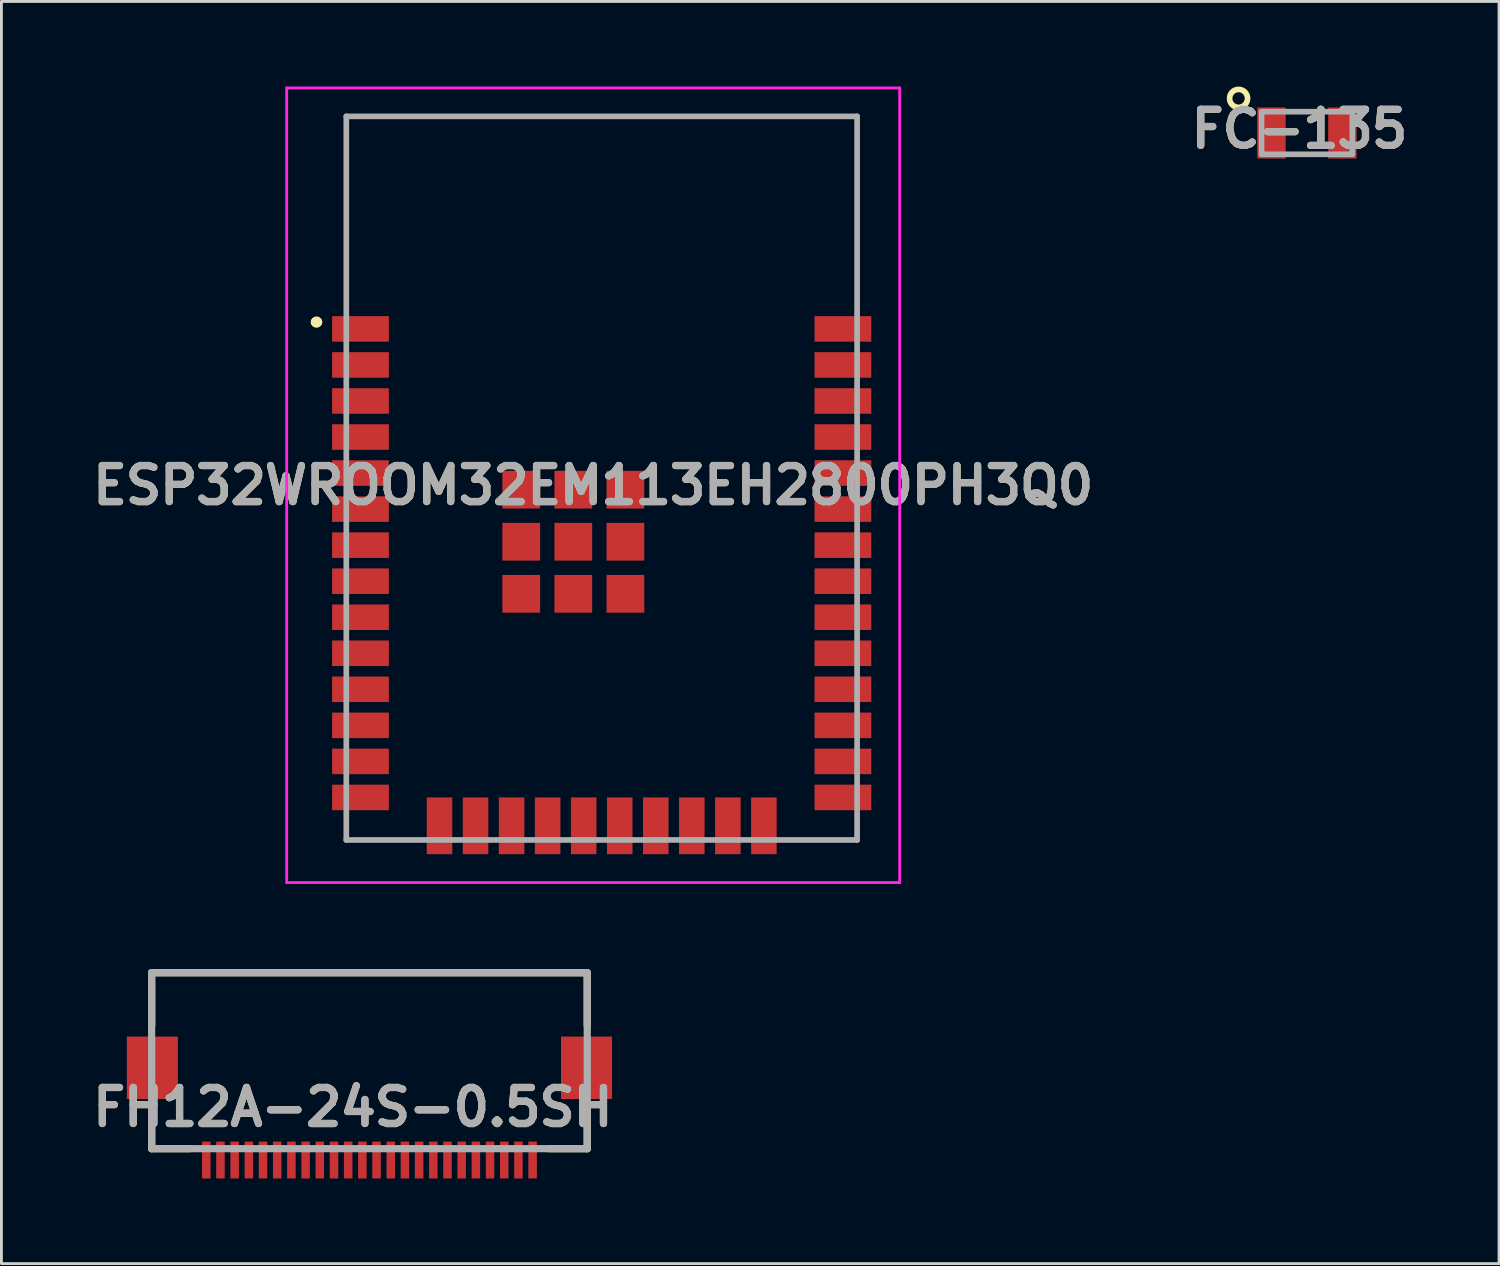
<source format=kicad_pcb>
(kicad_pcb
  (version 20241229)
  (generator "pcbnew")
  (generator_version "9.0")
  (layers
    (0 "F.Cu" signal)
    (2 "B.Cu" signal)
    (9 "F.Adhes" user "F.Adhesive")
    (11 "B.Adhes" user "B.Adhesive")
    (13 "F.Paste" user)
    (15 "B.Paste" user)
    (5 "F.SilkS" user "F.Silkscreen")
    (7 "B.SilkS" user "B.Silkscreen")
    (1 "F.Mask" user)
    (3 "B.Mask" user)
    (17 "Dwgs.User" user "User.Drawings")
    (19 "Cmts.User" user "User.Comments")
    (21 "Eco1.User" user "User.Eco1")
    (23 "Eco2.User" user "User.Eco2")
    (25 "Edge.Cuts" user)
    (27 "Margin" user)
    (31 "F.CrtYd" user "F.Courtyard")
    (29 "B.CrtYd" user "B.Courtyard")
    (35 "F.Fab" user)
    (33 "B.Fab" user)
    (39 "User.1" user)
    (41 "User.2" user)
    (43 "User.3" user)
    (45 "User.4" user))
  (footprint "FC-135"
    (layer "F.Cu")
    (at 43.004 1.637)
    (property "Reference" "FC-135" (at -0.265 -0.138 0) (layer "F.SilkS") (effects (font (size 1.27 1.27) (thickness 0.254))))
    (attr smd)
    (fp_circle (center -2.409 -1.22) (end -2.409 -0.903) (stroke (width 0.2) (type solid)) (fill no) (layer "F.SilkS"))
    (fp_line (start -1.6 -0.75) (end 1.6 -0.75) (stroke (width 0.2) (type solid)) (layer "F.Fab"))
    (fp_line (start -1.6 0.75) (end -1.6 -0.75) (stroke (width 0.2) (type solid)) (layer "F.Fab"))
    (fp_line (start 1.6 -0.75) (end 1.6 0.75) (stroke (width 0.2) (type solid)) (layer "F.Fab"))
    (fp_line (start 1.6 0.75) (end -1.6 0.75) (stroke (width 0.2) (type solid)) (layer "F.Fab"))
    (fp_text user "${REFERENCE}" (at -0.265 -0.138 0) (layer "F.Fab") (effects (font (size 1.27 1.27) (thickness 0.254))))
    (pad "1" smd rect (at -1.25 0) (size 1 1.8) (layers "F.Cu" "F.Mask" "F.Paste"))
    (pad "2" smd rect (at 1.25 0) (size 1 1.8) (layers "F.Cu" "F.Mask" "F.Paste")))
  (footprint "ESP32WROOM32EM113EH2800PH3Q0"
    (layer "F.Cu")
    (at 9.153 26.55)
    (property "Reference" "ESP32WROOM32EM113EH2800PH3Q0" (at 8.7 -12.5 0) (layer "F.SilkS") (effects (font (size 1.27 1.27) (thickness 0.254))))
    (attr smd)
    (fp_line (start -1.1 -18.25) (end -1.1 -18.25) (stroke (width 0.3) (type solid)) (layer "F.SilkS"))
    (fp_line (start -1 -18.25) (end -1 -18.25) (stroke (width 0.3) (type solid)) (layer "F.SilkS"))
    (fp_line (start 0 -25.5) (end 18 -25.5) (stroke (width 0.1) (type solid)) (layer "F.SilkS"))
    (fp_line (start 0 -18.75) (end 0 -25.5) (stroke (width 0.1) (type solid)) (layer "F.SilkS"))
    (fp_line (start 0 -0.75) (end 0 0) (stroke (width 0.1) (type solid)) (layer "F.SilkS"))
    (fp_line (start 0 0) (end 2.5 0) (stroke (width 0.1) (type solid)) (layer "F.SilkS"))
    (fp_line (start 15.5 0) (end 18 0) (stroke (width 0.1) (type solid)) (layer "F.SilkS"))
    (fp_line (start 18 -25.5) (end 18 -18.75) (stroke (width 0.1) (type solid)) (layer "F.SilkS"))
    (fp_line (start 18 0) (end 18 -0.75) (stroke (width 0.1) (type solid)) (layer "F.SilkS"))
    (fp_arc (start -1.1 -18.25) (mid -1.05 -18.3) (end -1 -18.25) (stroke (width 0.3) (type solid)) (layer "F.SilkS"))
    (fp_arc (start -1 -18.25) (mid -1.05 -18.2) (end -1.1 -18.25) (stroke (width 0.3) (type solid)) (layer "F.SilkS"))
    (fp_line (start -2.1 -26.5) (end 19.5 -26.5) (stroke (width 0.1) (type solid)) (layer "F.CrtYd"))
    (fp_line (start -2.1 1.5) (end -2.1 -26.5) (stroke (width 0.1) (type solid)) (layer "F.CrtYd"))
    (fp_line (start 19.5 -26.5) (end 19.5 1.5) (stroke (width 0.1) (type solid)) (layer "F.CrtYd"))
    (fp_line (start 19.5 1.5) (end -2.1 1.5) (stroke (width 0.1) (type solid)) (layer "F.CrtYd"))
    (fp_line (start 0 -25.5) (end 18 -25.5) (stroke (width 0.2) (type solid)) (layer "F.Fab"))
    (fp_line (start 0 0) (end 0 -25.5) (stroke (width 0.2) (type solid)) (layer "F.Fab"))
    (fp_line (start 18 -25.5) (end 18 0) (stroke (width 0.2) (type solid)) (layer "F.Fab"))
    (fp_line (start 18 0) (end 0 0) (stroke (width 0.2) (type solid)) (layer "F.Fab"))
    (fp_text user "${REFERENCE}" (at 8.7 -12.5 0) (layer "F.Fab") (effects (font (size 1.27 1.27) (thickness 0.254))))
    (pad "1" smd rect (at 0.5 -18.01 90) (size 0.9 2) (layers "F.Cu" "F.Mask" "F.Paste"))
    (pad "2" smd rect (at 0.5 -16.74 90) (size 0.9 2) (layers "F.Cu" "F.Mask" "F.Paste"))
    (pad "3" smd rect (at 0.5 -15.47 90) (size 0.9 2) (layers "F.Cu" "F.Mask" "F.Paste"))
    (pad "4" smd rect (at 0.5 -14.2 90) (size 0.9 2) (layers "F.Cu" "F.Mask" "F.Paste"))
    (pad "5" smd rect (at 0.5 -12.93 90) (size 0.9 2) (layers "F.Cu" "F.Mask" "F.Paste"))
    (pad "6" smd rect (at 0.5 -11.66 90) (size 0.9 2) (layers "F.Cu" "F.Mask" "F.Paste"))
    (pad "7" smd rect (at 0.5 -10.39 90) (size 0.9 2) (layers "F.Cu" "F.Mask" "F.Paste"))
    (pad "8" smd rect (at 0.5 -9.12 90) (size 0.9 2) (layers "F.Cu" "F.Mask" "F.Paste"))
    (pad "9" smd rect (at 0.5 -7.85 90) (size 0.9 2) (layers "F.Cu" "F.Mask" "F.Paste"))
    (pad "10" smd rect (at 0.5 -6.58 90) (size 0.9 2) (layers "F.Cu" "F.Mask" "F.Paste"))
    (pad "11" smd rect (at 0.5 -5.31 90) (size 0.9 2) (layers "F.Cu" "F.Mask" "F.Paste"))
    (pad "12" smd rect (at 0.5 -4.04 90) (size 0.9 2) (layers "F.Cu" "F.Mask" "F.Paste"))
    (pad "13" smd rect (at 0.5 -2.77 90) (size 0.9 2) (layers "F.Cu" "F.Mask" "F.Paste"))
    (pad "14" smd rect (at 0.5 -1.5 90) (size 0.9 2) (layers "F.Cu" "F.Mask" "F.Paste"))
    (pad "15" smd rect (at 3.285 -0.5) (size 0.9 2) (layers "F.Cu" "F.Mask" "F.Paste"))
    (pad "16" smd rect (at 4.555 -0.5) (size 0.9 2) (layers "F.Cu" "F.Mask" "F.Paste"))
    (pad "17" smd rect (at 5.825 -0.5) (size 0.9 2) (layers "F.Cu" "F.Mask" "F.Paste"))
    (pad "18" smd rect (at 7.095 -0.5) (size 0.9 2) (layers "F.Cu" "F.Mask" "F.Paste"))
    (pad "19" smd rect (at 8.365 -0.5) (size 0.9 2) (layers "F.Cu" "F.Mask" "F.Paste"))
    (pad "20" smd rect (at 9.635 -0.5) (size 0.9 2) (layers "F.Cu" "F.Mask" "F.Paste"))
    (pad "21" smd rect (at 10.905 -0.5) (size 0.9 2) (layers "F.Cu" "F.Mask" "F.Paste"))
    (pad "22" smd rect (at 12.175 -0.5) (size 0.9 2) (layers "F.Cu" "F.Mask" "F.Paste"))
    (pad "23" smd rect (at 13.445 -0.5) (size 0.9 2) (layers "F.Cu" "F.Mask" "F.Paste"))
    (pad "24" smd rect (at 14.715 -0.5) (size 0.9 2) (layers "F.Cu" "F.Mask" "F.Paste"))
    (pad "25" smd rect (at 17.5 -1.5 90) (size 0.9 2) (layers "F.Cu" "F.Mask" "F.Paste"))
    (pad "26" smd rect (at 17.5 -2.77 90) (size 0.9 2) (layers "F.Cu" "F.Mask" "F.Paste"))
    (pad "27" smd rect (at 17.5 -4.04 90) (size 0.9 2) (layers "F.Cu" "F.Mask" "F.Paste"))
    (pad "28" smd rect (at 17.5 -5.31 90) (size 0.9 2) (layers "F.Cu" "F.Mask" "F.Paste"))
    (pad "29" smd rect (at 17.5 -6.58 90) (size 0.9 2) (layers "F.Cu" "F.Mask" "F.Paste"))
    (pad "30" smd rect (at 17.5 -7.85 90) (size 0.9 2) (layers "F.Cu" "F.Mask" "F.Paste"))
    (pad "31" smd rect (at 17.5 -9.12 90) (size 0.9 2) (layers "F.Cu" "F.Mask" "F.Paste"))
    (pad "32" smd rect (at 17.5 -10.39 90) (size 0.9 2) (layers "F.Cu" "F.Mask" "F.Paste"))
    (pad "33" smd rect (at 17.5 -11.66 90) (size 0.9 2) (layers "F.Cu" "F.Mask" "F.Paste"))
    (pad "34" smd rect (at 17.5 -12.93 90) (size 0.9 2) (layers "F.Cu" "F.Mask" "F.Paste"))
    (pad "35" smd rect (at 17.5 -14.2 90) (size 0.9 2) (layers "F.Cu" "F.Mask" "F.Paste"))
    (pad "36" smd rect (at 17.5 -15.47 90) (size 0.9 2) (layers "F.Cu" "F.Mask" "F.Paste"))
    (pad "37" smd rect (at 17.5 -16.74 90) (size 0.9 2) (layers "F.Cu" "F.Mask" "F.Paste"))
    (pad "38" smd rect (at 17.5 -18.01 90) (size 0.9 2) (layers "F.Cu" "F.Mask" "F.Paste"))
    (pad "39" smd rect (at 6.165 -12.345 90) (size 1.33 1.33) (layers "F.Cu" "F.Mask" "F.Paste"))
    (pad "40" smd rect (at 6.165 -10.51 90) (size 1.33 1.33) (layers "F.Cu" "F.Mask" "F.Paste"))
    (pad "41" smd rect (at 6.165 -8.675 90) (size 1.33 1.33) (layers "F.Cu" "F.Mask" "F.Paste"))
    (pad "42" smd rect (at 8 -8.675 90) (size 1.33 1.33) (layers "F.Cu" "F.Mask" "F.Paste"))
    (pad "43" smd rect (at 8 -10.51 90) (size 1.33 1.33) (layers "F.Cu" "F.Mask" "F.Paste"))
    (pad "44" smd rect (at 8 -12.345 90) (size 1.33 1.33) (layers "F.Cu" "F.Mask" "F.Paste"))
    (pad "45" smd rect (at 9.835 -12.345 90) (size 1.33 1.33) (layers "F.Cu" "F.Mask" "F.Paste"))
    (pad "46" smd rect (at 9.835 -10.51 90) (size 1.33 1.33) (layers "F.Cu" "F.Mask" "F.Paste"))
    (pad "47" smd rect (at 9.835 -8.675 90) (size 1.33 1.33) (layers "F.Cu" "F.Mask" "F.Paste")))
  (footprint "FH12A-24S-0.5SH"
    (layer "F.Cu")
    (at 9.969 37.427)
    (property "Reference" "FH12A-24S-0.5SH" (at -0.583 -1.461 0) (layer "F.SilkS") (effects (font (size 1.27 1.27) (thickness 0.254))))
    (attr smd)
    (fp_line (start -7.675 -6.2) (end -7.675 -4.335) (stroke (width 0.254) (type solid)) (layer "F.SilkS"))
    (fp_line (start -7.675 -6.2) (end 7.675 -6.2) (stroke (width 0.254) (type solid)) (layer "F.SilkS"))
    (fp_line (start -7.675 0) (end -7.675 -1.418) (stroke (width 0.254) (type solid)) (layer "F.SilkS"))
    (fp_line (start -7.675 0) (end -6.327 0) (stroke (width 0.254) (type solid)) (layer "F.SilkS"))
    (fp_line (start 7.675 -6.2) (end 7.675 -4.335) (stroke (width 0.254) (type solid)) (layer "F.SilkS"))
    (fp_line (start 7.675 0) (end 6.327 0) (stroke (width 0.254) (type solid)) (layer "F.SilkS"))
    (fp_line (start 7.675 0) (end 7.675 -1.418) (stroke (width 0.254) (type solid)) (layer "F.SilkS"))
    (fp_line (start -7.675 -6.2) (end 7.675 -6.2) (stroke (width 0.254) (type solid)) (layer "F.Fab"))
    (fp_line (start -7.675 0) (end -7.675 -6.2) (stroke (width 0.254) (type solid)) (layer "F.Fab"))
    (fp_line (start 7.675 -6.2) (end 7.675 0) (stroke (width 0.254) (type solid)) (layer "F.Fab"))
    (fp_line (start 7.675 0) (end -7.675 0) (stroke (width 0.254) (type solid)) (layer "F.Fab"))
    (fp_text user "${REFERENCE}" (at -0.583 -1.461 0) (layer "F.Fab") (effects (font (size 1.27 1.27) (thickness 0.254))))
    (pad "1" smd rect (at -5.75 0.4) (size 0.3 1.3) (layers "F.Cu" "F.Mask" "F.Paste"))
    (pad "2" smd rect (at -5.25 0.4) (size 0.3 1.3) (layers "F.Cu" "F.Mask" "F.Paste"))
    (pad "3" smd rect (at -4.75 0.4) (size 0.3 1.3) (layers "F.Cu" "F.Mask" "F.Paste"))
    (pad "4" smd rect (at -4.25 0.4) (size 0.3 1.3) (layers "F.Cu" "F.Mask" "F.Paste"))
    (pad "5" smd rect (at -3.75 0.4) (size 0.3 1.3) (layers "F.Cu" "F.Mask" "F.Paste"))
    (pad "6" smd rect (at -3.25 0.4) (size 0.3 1.3) (layers "F.Cu" "F.Mask" "F.Paste"))
    (pad "7" smd rect (at -2.75 0.4) (size 0.3 1.3) (layers "F.Cu" "F.Mask" "F.Paste"))
    (pad "8" smd rect (at -2.25 0.4) (size 0.3 1.3) (layers "F.Cu" "F.Mask" "F.Paste"))
    (pad "9" smd rect (at -1.75 0.4) (size 0.3 1.3) (layers "F.Cu" "F.Mask" "F.Paste"))
    (pad "10" smd rect (at -1.25 0.4) (size 0.3 1.3) (layers "F.Cu" "F.Mask" "F.Paste"))
    (pad "11" smd rect (at -0.75 0.4) (size 0.3 1.3) (layers "F.Cu" "F.Mask" "F.Paste"))
    (pad "12" smd rect (at -0.25 0.4) (size 0.3 1.3) (layers "F.Cu" "F.Mask" "F.Paste"))
    (pad "13" smd rect (at 0.25 0.4) (size 0.3 1.3) (layers "F.Cu" "F.Mask" "F.Paste"))
    (pad "14" smd rect (at 0.75 0.4) (size 0.3 1.3) (layers "F.Cu" "F.Mask" "F.Paste"))
    (pad "15" smd rect (at 1.25 0.4) (size 0.3 1.3) (layers "F.Cu" "F.Mask" "F.Paste"))
    (pad "16" smd rect (at 1.75 0.4) (size 0.3 1.3) (layers "F.Cu" "F.Mask" "F.Paste"))
    (pad "17" smd rect (at 2.25 0.4) (size 0.3 1.3) (layers "F.Cu" "F.Mask" "F.Paste"))
    (pad "18" smd rect (at 2.75 0.4) (size 0.3 1.3) (layers "F.Cu" "F.Mask" "F.Paste"))
    (pad "19" smd rect (at 3.25 0.4) (size 0.3 1.3) (layers "F.Cu" "F.Mask" "F.Paste"))
    (pad "20" smd rect (at 3.75 0.4) (size 0.3 1.3) (layers "F.Cu" "F.Mask" "F.Paste"))
    (pad "21" smd rect (at 4.25 0.4) (size 0.3 1.3) (layers "F.Cu" "F.Mask" "F.Paste"))
    (pad "22" smd rect (at 4.75 0.4) (size 0.3 1.3) (layers "F.Cu" "F.Mask" "F.Paste"))
    (pad "23" smd rect (at 5.25 0.4) (size 0.3 1.3) (layers "F.Cu" "F.Mask" "F.Paste"))
    (pad "24" smd rect (at 5.75 0.4) (size 0.3 1.3) (layers "F.Cu" "F.Mask" "F.Paste"))
    (pad "25" smd rect (at -7.65 -2.85) (size 1.8 2.2) (layers "F.Cu" "F.Mask" "F.Paste"))
    (pad "26" smd rect (at 7.65 -2.85) (size 1.8 2.2) (layers "F.Cu" "F.Mask" "F.Paste")))
  (gr_rect
    (start -3 -3)
    (end 49.773 41.477)
    (stroke (width 0.1) (type default))
    (fill no)
    (layer "Edge.Cuts")))
</source>
